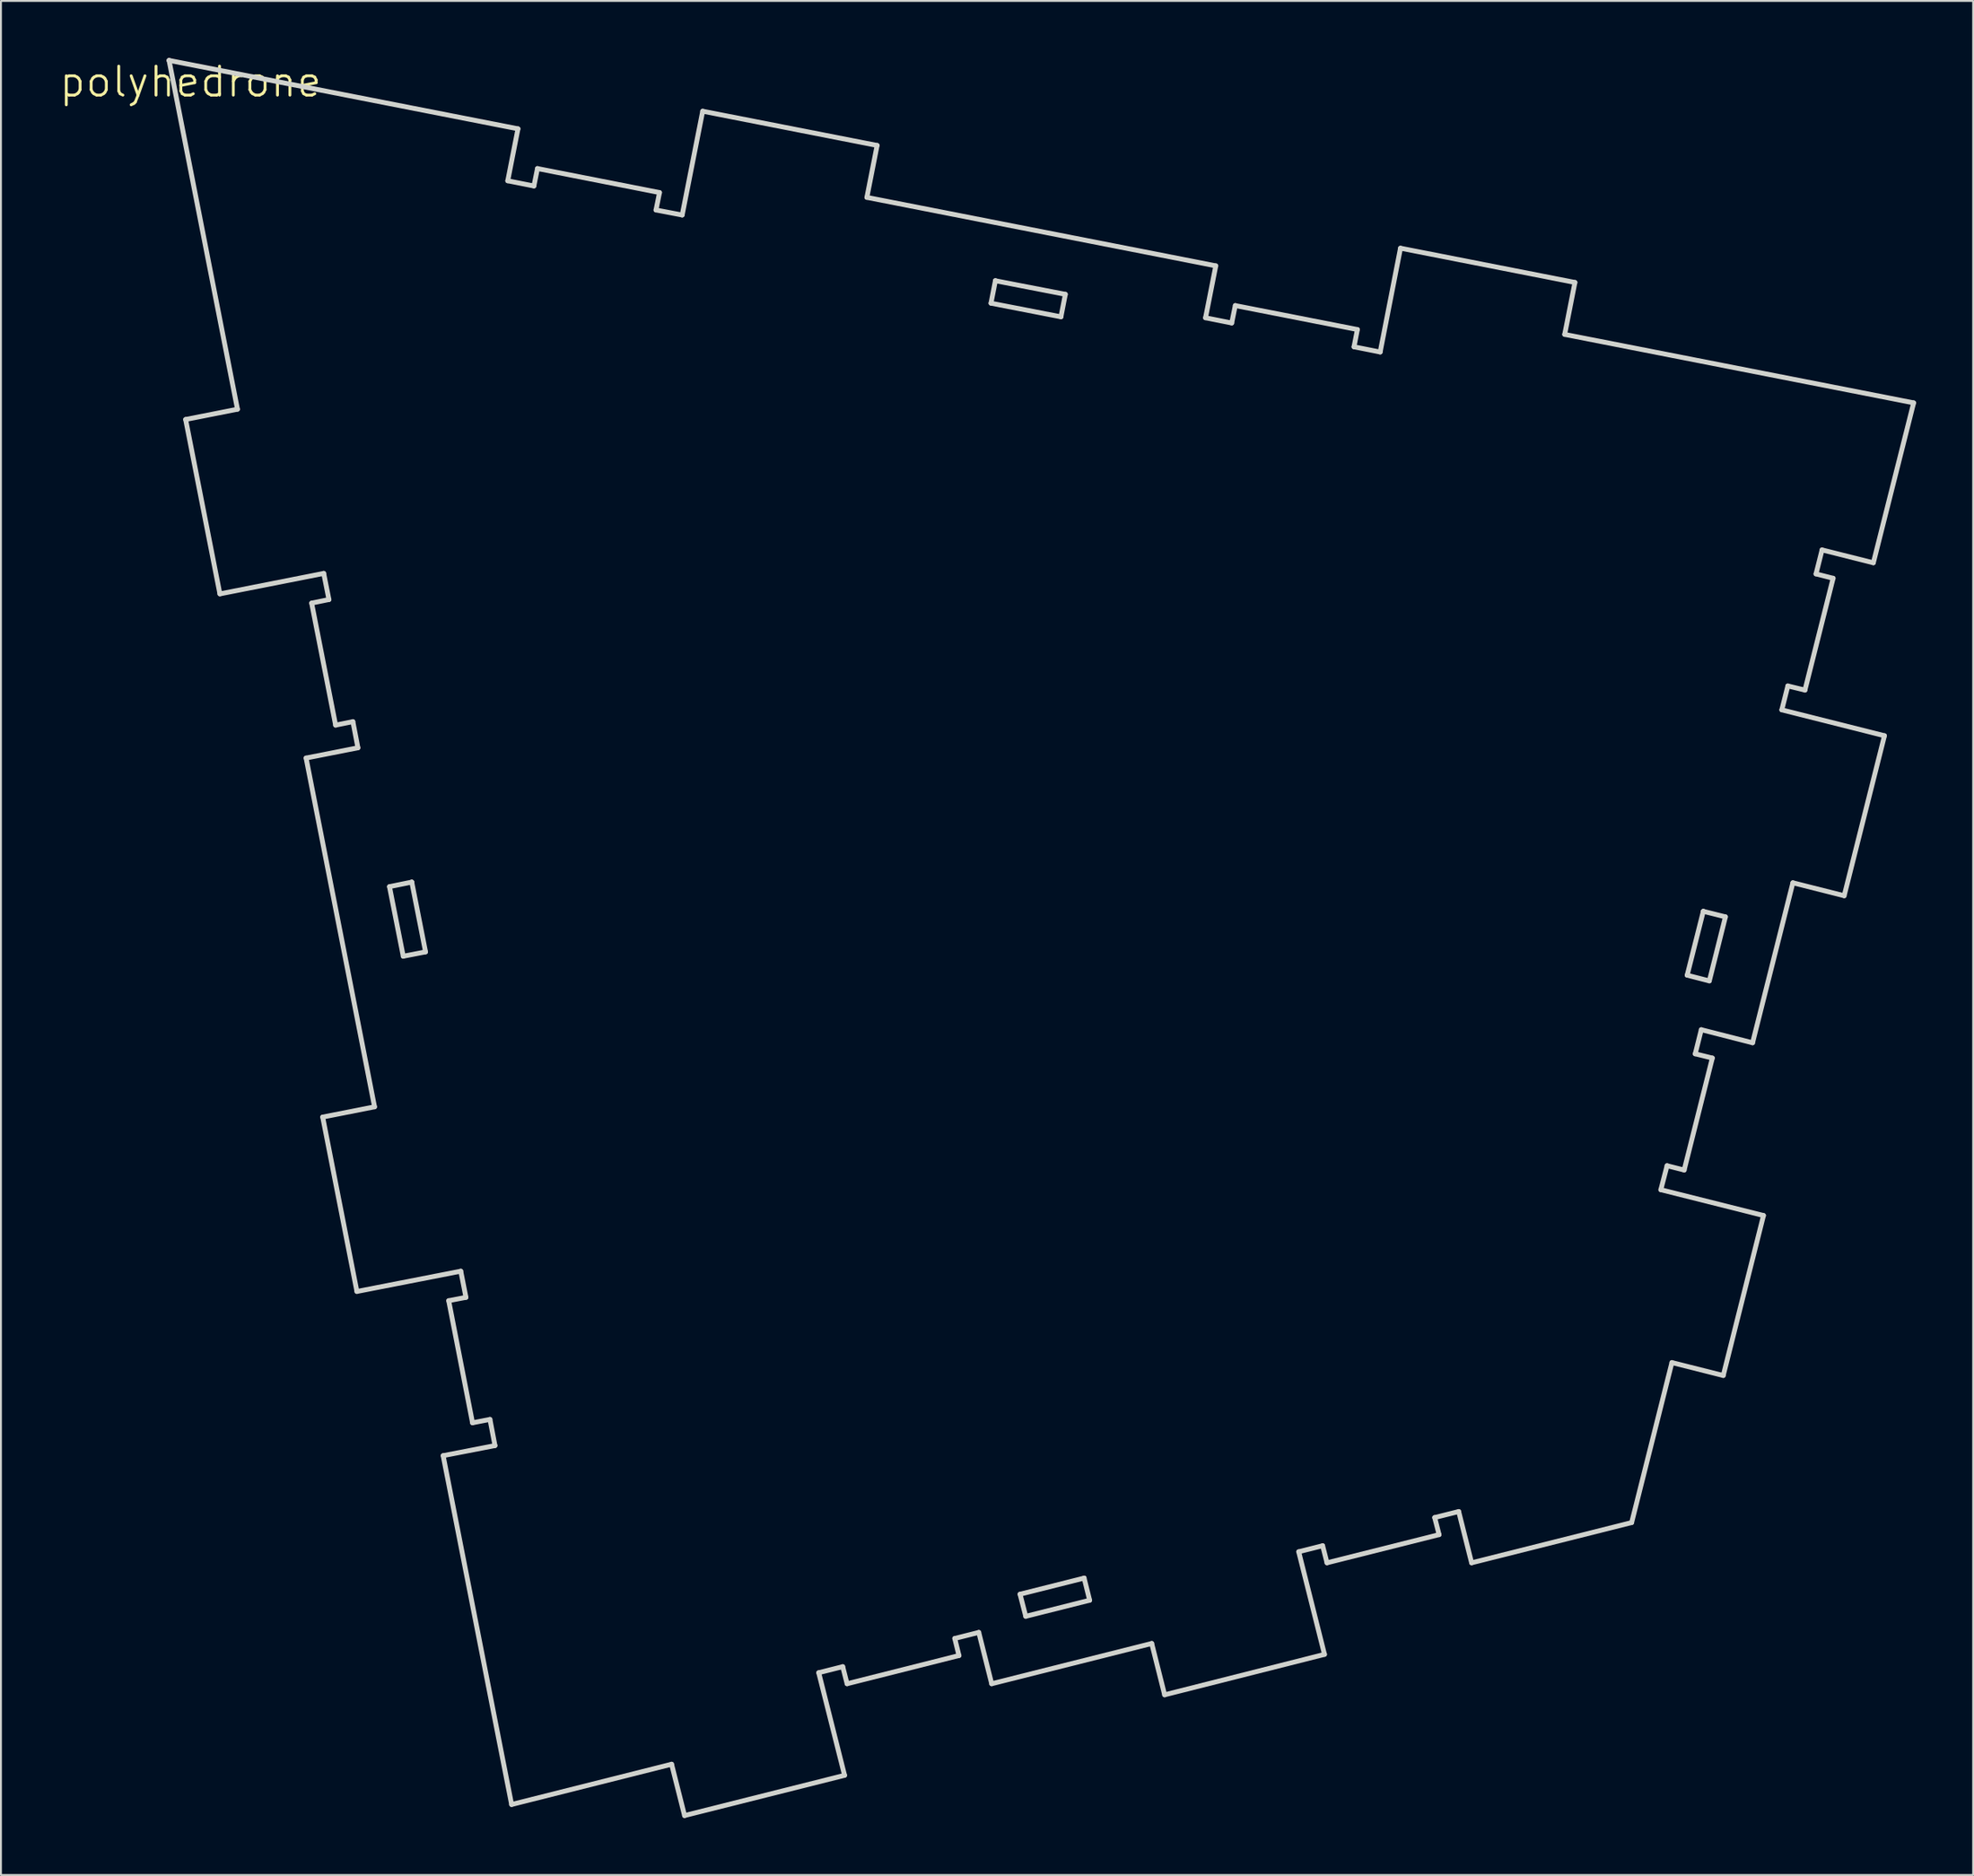
<source format=kicad_pcb>
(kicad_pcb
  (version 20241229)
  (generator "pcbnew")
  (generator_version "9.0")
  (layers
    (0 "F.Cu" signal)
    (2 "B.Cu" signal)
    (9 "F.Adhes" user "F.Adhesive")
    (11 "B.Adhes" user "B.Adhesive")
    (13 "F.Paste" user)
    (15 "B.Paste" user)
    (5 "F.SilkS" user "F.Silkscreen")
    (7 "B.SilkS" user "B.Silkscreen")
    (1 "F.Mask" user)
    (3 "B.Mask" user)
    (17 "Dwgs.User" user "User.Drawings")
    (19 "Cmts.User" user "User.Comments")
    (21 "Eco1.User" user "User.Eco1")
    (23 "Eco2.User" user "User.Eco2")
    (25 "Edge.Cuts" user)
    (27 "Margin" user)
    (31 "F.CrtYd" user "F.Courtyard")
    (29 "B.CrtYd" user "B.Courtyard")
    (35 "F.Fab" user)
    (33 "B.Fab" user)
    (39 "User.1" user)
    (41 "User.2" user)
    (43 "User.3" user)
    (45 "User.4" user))
  (footprint "polyhedrone"
    (layer "F.Cu")
    (at 6.967 1.255)
    (property "Reference" "polyhedrone" (at 0 0 0) (layer "F.SilkS") (effects (font (size 1.524 1.524) (thickness 0.15))))
    (attr through_hole)
    (fp_line (start -1.128 -1.128) (end -1.128 -1.128) (stroke (width 0.254) (type solid)) (layer "Edge.Cuts"))
    (fp_line (start -1.128 -1.128) (end 2.469 17.216) (stroke (width 0.254) (type solid)) (layer "Edge.Cuts"))
    (fp_line (start -0.257 17.755) (end 1.544 26.927) (stroke (width 0.254) (type solid)) (layer "Edge.Cuts"))
    (fp_line (start 1.544 26.927) (end 7.003 25.85) (stroke (width 0.254) (type solid)) (layer "Edge.Cuts"))
    (fp_line (start 2.469 17.216) (end -0.257 17.755) (stroke (width 0.254) (type solid)) (layer "Edge.Cuts"))
    (fp_line (start 6.076 35.56) (end 9.675 53.904) (stroke (width 0.254) (type solid)) (layer "Edge.Cuts"))
    (fp_line (start 6.368 27.412) (end 7.628 33.83) (stroke (width 0.254) (type solid)) (layer "Edge.Cuts"))
    (fp_line (start 6.949 54.442) (end 8.748 63.614) (stroke (width 0.254) (type solid)) (layer "Edge.Cuts"))
    (fp_line (start 7.003 25.85) (end 7.277 27.226) (stroke (width 0.254) (type solid)) (layer "Edge.Cuts"))
    (fp_line (start 7.277 27.226) (end 6.368 27.412) (stroke (width 0.254) (type solid)) (layer "Edge.Cuts"))
    (fp_line (start 7.628 33.83) (end 8.537 33.647) (stroke (width 0.254) (type solid)) (layer "Edge.Cuts"))
    (fp_line (start 8.537 33.647) (end 8.801 35.022) (stroke (width 0.254) (type solid)) (layer "Edge.Cuts"))
    (fp_line (start 8.748 63.614) (end 14.209 62.547) (stroke (width 0.254) (type solid)) (layer "Edge.Cuts"))
    (fp_line (start 8.801 35.022) (end 6.076 35.56) (stroke (width 0.254) (type solid)) (layer "Edge.Cuts"))
    (fp_line (start 9.675 53.904) (end 6.949 54.442) (stroke (width 0.254) (type solid)) (layer "Edge.Cuts"))
    (fp_line (start 10.46 42.324) (end 11.633 42.085) (stroke (width 0.254) (type solid)) (layer "Edge.Cuts"))
    (fp_line (start 11.184 45.984) (end 10.46 42.324) (stroke (width 0.254) (type solid)) (layer "Edge.Cuts"))
    (fp_line (start 11.633 42.085) (end 11.633 42.085) (stroke (width 0.254) (type solid)) (layer "Edge.Cuts"))
    (fp_line (start 11.633 42.085) (end 12.357 45.756) (stroke (width 0.254) (type solid)) (layer "Edge.Cuts"))
    (fp_line (start 12.357 45.756) (end 11.184 45.984) (stroke (width 0.254) (type solid)) (layer "Edge.Cuts"))
    (fp_line (start 13.282 72.248) (end 16.881 90.594) (stroke (width 0.254) (type solid)) (layer "Edge.Cuts"))
    (fp_line (start 13.574 64.099) (end 14.826 70.521) (stroke (width 0.254) (type solid)) (layer "Edge.Cuts"))
    (fp_line (start 14.209 62.547) (end 14.481 63.924) (stroke (width 0.254) (type solid)) (layer "Edge.Cuts"))
    (fp_line (start 14.481 63.924) (end 13.574 64.099) (stroke (width 0.254) (type solid)) (layer "Edge.Cuts"))
    (fp_line (start 14.826 70.521) (end 15.743 70.343) (stroke (width 0.254) (type solid)) (layer "Edge.Cuts"))
    (fp_line (start 15.743 70.343) (end 16.007 71.719) (stroke (width 0.254) (type solid)) (layer "Edge.Cuts"))
    (fp_line (start 16.007 71.719) (end 13.282 72.248) (stroke (width 0.254) (type solid)) (layer "Edge.Cuts"))
    (fp_line (start 16.678 5.204) (end 17.216 2.469) (stroke (width 0.254) (type solid)) (layer "Edge.Cuts"))
    (fp_line (start 16.881 90.594) (end 25.293 88.476) (stroke (width 0.254) (type solid)) (layer "Edge.Cuts"))
    (fp_line (start 17.216 2.469) (end -1.128 -1.128) (stroke (width 0.254) (type solid)) (layer "Edge.Cuts"))
    (fp_line (start 18.054 5.476) (end 16.678 5.204) (stroke (width 0.254) (type solid)) (layer "Edge.Cuts"))
    (fp_line (start 18.24 4.559) (end 18.054 5.476) (stroke (width 0.254) (type solid)) (layer "Edge.Cuts"))
    (fp_line (start 24.473 6.739) (end 24.658 5.822) (stroke (width 0.254) (type solid)) (layer "Edge.Cuts"))
    (fp_line (start 24.658 5.822) (end 18.24 4.559) (stroke (width 0.254) (type solid)) (layer "Edge.Cuts"))
    (fp_line (start 25.293 88.476) (end 25.974 91.176) (stroke (width 0.254) (type solid)) (layer "Edge.Cuts"))
    (fp_line (start 25.85 7.003) (end 24.473 6.739) (stroke (width 0.254) (type solid)) (layer "Edge.Cuts"))
    (fp_line (start 25.974 91.176) (end 34.387 89.06) (stroke (width 0.254) (type solid)) (layer "Edge.Cuts"))
    (fp_line (start 26.927 1.544) (end 25.85 7.003) (stroke (width 0.254) (type solid)) (layer "Edge.Cuts"))
    (fp_line (start 33.028 83.663) (end 34.29 83.345) (stroke (width 0.254) (type solid)) (layer "Edge.Cuts"))
    (fp_line (start 34.29 83.345) (end 34.519 84.244) (stroke (width 0.254) (type solid)) (layer "Edge.Cuts"))
    (fp_line (start 34.387 89.06) (end 33.028 83.663) (stroke (width 0.254) (type solid)) (layer "Edge.Cuts"))
    (fp_line (start 34.519 84.244) (end 40.401 82.761) (stroke (width 0.254) (type solid)) (layer "Edge.Cuts"))
    (fp_line (start 35.56 6.076) (end 36.098 3.343) (stroke (width 0.254) (type solid)) (layer "Edge.Cuts"))
    (fp_line (start 36.098 3.343) (end 26.927 1.544) (stroke (width 0.254) (type solid)) (layer "Edge.Cuts"))
    (fp_line (start 40.18 81.862) (end 41.443 81.544) (stroke (width 0.254) (type solid)) (layer "Edge.Cuts"))
    (fp_line (start 40.401 82.761) (end 40.18 81.862) (stroke (width 0.254) (type solid)) (layer "Edge.Cuts"))
    (fp_line (start 41.443 81.544) (end 42.121 84.244) (stroke (width 0.254) (type solid)) (layer "Edge.Cuts"))
    (fp_line (start 42.085 11.641) (end 42.316 10.46) (stroke (width 0.254) (type solid)) (layer "Edge.Cuts"))
    (fp_line (start 42.121 84.244) (end 50.536 82.126) (stroke (width 0.254) (type solid)) (layer "Edge.Cuts"))
    (fp_line (start 42.316 10.46) (end 42.316 10.46) (stroke (width 0.254) (type solid)) (layer "Edge.Cuts"))
    (fp_line (start 42.316 10.46) (end 45.994 11.173) (stroke (width 0.254) (type solid)) (layer "Edge.Cuts"))
    (fp_line (start 43.612 79.535) (end 46.982 78.687) (stroke (width 0.254) (type solid)) (layer "Edge.Cuts"))
    (fp_line (start 43.912 80.698) (end 43.612 79.535) (stroke (width 0.254) (type solid)) (layer "Edge.Cuts"))
    (fp_line (start 45.763 12.357) (end 42.085 11.641) (stroke (width 0.254) (type solid)) (layer "Edge.Cuts"))
    (fp_line (start 45.994 11.173) (end 45.763 12.357) (stroke (width 0.254) (type solid)) (layer "Edge.Cuts"))
    (fp_line (start 46.982 78.687) (end 46.982 78.687) (stroke (width 0.254) (type solid)) (layer "Edge.Cuts"))
    (fp_line (start 46.982 78.687) (end 47.272 79.853) (stroke (width 0.254) (type solid)) (layer "Edge.Cuts"))
    (fp_line (start 47.272 79.853) (end 43.912 80.698) (stroke (width 0.254) (type solid)) (layer "Edge.Cuts"))
    (fp_line (start 50.536 82.126) (end 51.214 84.826) (stroke (width 0.254) (type solid)) (layer "Edge.Cuts"))
    (fp_line (start 51.214 84.826) (end 59.619 82.7) (stroke (width 0.254) (type solid)) (layer "Edge.Cuts"))
    (fp_line (start 53.365 12.408) (end 53.904 9.675) (stroke (width 0.254) (type solid)) (layer "Edge.Cuts"))
    (fp_line (start 53.904 9.675) (end 35.56 6.076) (stroke (width 0.254) (type solid)) (layer "Edge.Cuts"))
    (fp_line (start 54.742 12.682) (end 53.365 12.408) (stroke (width 0.254) (type solid)) (layer "Edge.Cuts"))
    (fp_line (start 54.928 11.765) (end 54.742 12.682) (stroke (width 0.254) (type solid)) (layer "Edge.Cuts"))
    (fp_line (start 58.263 77.302) (end 59.522 76.985) (stroke (width 0.254) (type solid)) (layer "Edge.Cuts"))
    (fp_line (start 59.522 76.985) (end 59.751 77.884) (stroke (width 0.254) (type solid)) (layer "Edge.Cuts"))
    (fp_line (start 59.619 82.7) (end 58.263 77.302) (stroke (width 0.254) (type solid)) (layer "Edge.Cuts"))
    (fp_line (start 59.751 77.884) (end 65.644 76.403) (stroke (width 0.254) (type solid)) (layer "Edge.Cuts"))
    (fp_line (start 61.171 13.934) (end 61.349 13.025) (stroke (width 0.254) (type solid)) (layer "Edge.Cuts"))
    (fp_line (start 61.349 13.025) (end 54.928 11.765) (stroke (width 0.254) (type solid)) (layer "Edge.Cuts"))
    (fp_line (start 62.547 14.209) (end 61.171 13.934) (stroke (width 0.254) (type solid)) (layer "Edge.Cuts"))
    (fp_line (start 63.614 8.748) (end 62.547 14.209) (stroke (width 0.254) (type solid)) (layer "Edge.Cuts"))
    (fp_line (start 65.413 75.504) (end 66.675 75.187) (stroke (width 0.254) (type solid)) (layer "Edge.Cuts"))
    (fp_line (start 65.644 76.403) (end 65.413 75.504) (stroke (width 0.254) (type solid)) (layer "Edge.Cuts"))
    (fp_line (start 66.675 75.187) (end 67.353 77.884) (stroke (width 0.254) (type solid)) (layer "Edge.Cuts"))
    (fp_line (start 67.353 77.884) (end 75.768 75.768) (stroke (width 0.254) (type solid)) (layer "Edge.Cuts"))
    (fp_line (start 72.248 13.282) (end 72.786 10.549) (stroke (width 0.254) (type solid)) (layer "Edge.Cuts"))
    (fp_line (start 72.786 10.549) (end 63.614 8.748) (stroke (width 0.254) (type solid)) (layer "Edge.Cuts"))
    (fp_line (start 75.768 75.768) (end 77.884 67.353) (stroke (width 0.254) (type solid)) (layer "Edge.Cuts"))
    (fp_line (start 77.302 58.263) (end 77.63 57) (stroke (width 0.254) (type solid)) (layer "Edge.Cuts"))
    (fp_line (start 77.63 57) (end 78.529 57.229) (stroke (width 0.254) (type solid)) (layer "Edge.Cuts"))
    (fp_line (start 77.884 67.353) (end 80.584 68.034) (stroke (width 0.254) (type solid)) (layer "Edge.Cuts"))
    (fp_line (start 78.529 57.229) (end 80.01 51.338) (stroke (width 0.254) (type solid)) (layer "Edge.Cuts"))
    (fp_line (start 78.687 46.982) (end 79.535 43.622) (stroke (width 0.254) (type solid)) (layer "Edge.Cuts"))
    (fp_line (start 79.111 51.117) (end 79.428 49.847) (stroke (width 0.254) (type solid)) (layer "Edge.Cuts"))
    (fp_line (start 79.428 49.847) (end 82.126 50.536) (stroke (width 0.254) (type solid)) (layer "Edge.Cuts"))
    (fp_line (start 79.535 43.622) (end 79.535 43.622) (stroke (width 0.254) (type solid)) (layer "Edge.Cuts"))
    (fp_line (start 79.535 43.622) (end 80.698 43.912) (stroke (width 0.254) (type solid)) (layer "Edge.Cuts"))
    (fp_line (start 79.853 47.282) (end 78.687 46.982) (stroke (width 0.254) (type solid)) (layer "Edge.Cuts"))
    (fp_line (start 80.01 51.338) (end 79.111 51.117) (stroke (width 0.254) (type solid)) (layer "Edge.Cuts"))
    (fp_line (start 80.584 68.034) (end 82.7 59.619) (stroke (width 0.254) (type solid)) (layer "Edge.Cuts"))
    (fp_line (start 80.698 43.912) (end 79.853 47.282) (stroke (width 0.254) (type solid)) (layer "Edge.Cuts"))
    (fp_line (start 82.126 50.536) (end 84.244 42.121) (stroke (width 0.254) (type solid)) (layer "Edge.Cuts"))
    (fp_line (start 82.7 59.619) (end 77.302 58.263) (stroke (width 0.254) (type solid)) (layer "Edge.Cuts"))
    (fp_line (start 83.663 33.028) (end 83.98 31.768) (stroke (width 0.254) (type solid)) (layer "Edge.Cuts"))
    (fp_line (start 83.98 31.768) (end 84.879 31.989) (stroke (width 0.254) (type solid)) (layer "Edge.Cuts"))
    (fp_line (start 84.244 42.121) (end 86.942 42.802) (stroke (width 0.254) (type solid)) (layer "Edge.Cuts"))
    (fp_line (start 84.879 31.989) (end 86.36 26.106) (stroke (width 0.254) (type solid)) (layer "Edge.Cuts"))
    (fp_line (start 85.461 25.878) (end 85.778 24.615) (stroke (width 0.254) (type solid)) (layer "Edge.Cuts"))
    (fp_line (start 85.778 24.615) (end 88.476 25.293) (stroke (width 0.254) (type solid)) (layer "Edge.Cuts"))
    (fp_line (start 86.36 26.106) (end 85.461 25.878) (stroke (width 0.254) (type solid)) (layer "Edge.Cuts"))
    (fp_line (start 86.942 42.802) (end 89.06 34.387) (stroke (width 0.254) (type solid)) (layer "Edge.Cuts"))
    (fp_line (start 88.476 25.293) (end 90.594 16.881) (stroke (width 0.254) (type solid)) (layer "Edge.Cuts"))
    (fp_line (start 89.06 34.387) (end 83.663 33.028) (stroke (width 0.254) (type solid)) (layer "Edge.Cuts"))
    (fp_line (start 90.594 16.881) (end 72.248 13.282) (stroke (width 0.254) (type solid)) (layer "Edge.Cuts")))
  (gr_rect
    (start -3 -3)
    (end 100.688 95.558)
    (stroke (width 0.1) (type default))
    (fill no)
    (layer "Edge.Cuts")))
</source>
